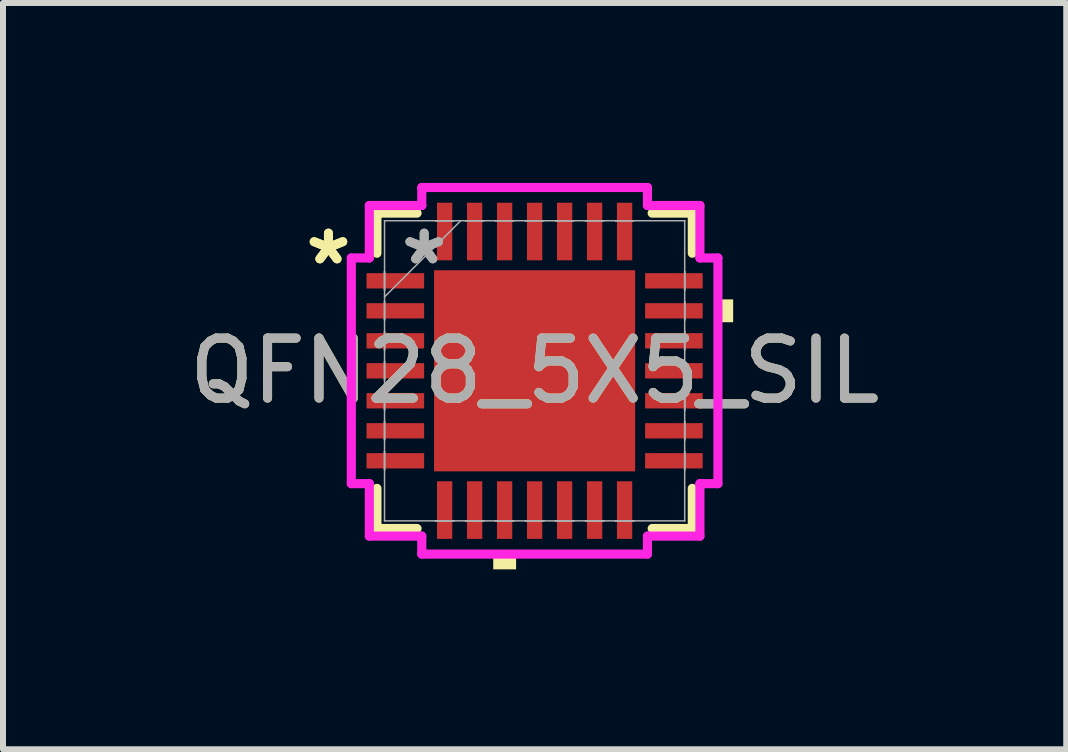
<source format=kicad_pcb>
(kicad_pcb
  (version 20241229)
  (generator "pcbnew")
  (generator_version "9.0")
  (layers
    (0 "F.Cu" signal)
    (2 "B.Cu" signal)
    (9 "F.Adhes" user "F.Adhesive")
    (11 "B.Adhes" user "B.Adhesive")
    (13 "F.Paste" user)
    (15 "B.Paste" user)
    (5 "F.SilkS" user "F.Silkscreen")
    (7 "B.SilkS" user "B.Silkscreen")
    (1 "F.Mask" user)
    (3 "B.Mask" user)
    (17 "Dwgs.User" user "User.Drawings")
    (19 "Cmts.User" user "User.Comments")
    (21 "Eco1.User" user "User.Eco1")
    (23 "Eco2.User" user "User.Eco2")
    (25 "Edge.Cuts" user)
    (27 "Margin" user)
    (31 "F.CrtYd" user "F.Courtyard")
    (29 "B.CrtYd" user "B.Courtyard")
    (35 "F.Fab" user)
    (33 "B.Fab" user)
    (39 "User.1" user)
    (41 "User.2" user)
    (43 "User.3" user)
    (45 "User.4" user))
  (footprint "QFN28_5X5_SIL"
    (layer "F.Cu")
    (at 5.863 3.132)
    (property "Reference" "QFN28_5X5_SIL" (at 0 0 0) (unlocked yes) (layer "F.SilkS") (effects (font (size 1 1) (thickness 0.15))))
    (attr smd)
    (fp_line (start -2.629 -2.629) (end -2.629 -1.96) (stroke (width 0.152) (type solid)) (layer "F.SilkS"))
    (fp_line (start -2.629 1.96) (end -2.629 2.629) (stroke (width 0.152) (type solid)) (layer "F.SilkS"))
    (fp_line (start -2.629 2.629) (end -1.96 2.629) (stroke (width 0.152) (type solid)) (layer "F.SilkS"))
    (fp_line (start -1.96 -2.629) (end -2.629 -2.629) (stroke (width 0.152) (type solid)) (layer "F.SilkS"))
    (fp_line (start 1.96 2.629) (end 2.629 2.629) (stroke (width 0.152) (type solid)) (layer "F.SilkS"))
    (fp_line (start 2.629 -2.629) (end 1.96 -2.629) (stroke (width 0.152) (type solid)) (layer "F.SilkS"))
    (fp_line (start 2.629 -1.96) (end 2.629 -2.629) (stroke (width 0.152) (type solid)) (layer "F.SilkS"))
    (fp_line (start 2.629 2.629) (end 2.629 1.96) (stroke (width 0.152) (type solid)) (layer "F.SilkS"))
    (fp_poly (pts (xy -0.69 3.056) (xy -0.69 3.31) (xy -0.309 3.31) (xy -0.309 3.056)) (stroke (width 0) (type solid)) (fill yes) (layer "F.SilkS"))
    (fp_poly (pts (xy 3.31 -1.191) (xy 3.31 -0.81) (xy 3.056 -0.81) (xy 3.056 -1.191)) (stroke (width 0) (type solid)) (fill yes) (layer "F.SilkS"))
    (fp_poly (pts (xy -1.576 -1.576) (xy -1.576 -0.1) (xy -0.1 -0.1) (xy -0.1 -1.576)) (stroke (width 0) (type solid)) (fill yes) (layer "F.Paste"))
    (fp_poly (pts (xy -1.576 0.1) (xy -1.576 1.576) (xy -0.1 1.576) (xy -0.1 0.1)) (stroke (width 0) (type solid)) (fill yes) (layer "F.Paste"))
    (fp_poly (pts (xy 0.1 -1.576) (xy 0.1 -0.1) (xy 1.576 -0.1) (xy 1.576 -1.576)) (stroke (width 0) (type solid)) (fill yes) (layer "F.Paste"))
    (fp_poly (pts (xy 0.1 0.1) (xy 0.1 1.576) (xy 1.576 1.576) (xy 1.576 0.1)) (stroke (width 0) (type solid)) (fill yes) (layer "F.Paste"))
    (fp_line (start -3.056 -1.881) (end -2.756 -1.881) (stroke (width 0.152) (type solid)) (layer "F.CrtYd"))
    (fp_line (start -3.056 1.881) (end -3.056 -1.881) (stroke (width 0.152) (type solid)) (layer "F.CrtYd"))
    (fp_line (start -2.756 -2.756) (end -1.881 -2.756) (stroke (width 0.152) (type solid)) (layer "F.CrtYd"))
    (fp_line (start -2.756 -1.881) (end -2.756 -2.756) (stroke (width 0.152) (type solid)) (layer "F.CrtYd"))
    (fp_line (start -2.756 1.881) (end -3.056 1.881) (stroke (width 0.152) (type solid)) (layer "F.CrtYd"))
    (fp_line (start -2.756 2.756) (end -2.756 1.881) (stroke (width 0.152) (type solid)) (layer "F.CrtYd"))
    (fp_line (start -1.881 -3.056) (end 1.881 -3.056) (stroke (width 0.152) (type solid)) (layer "F.CrtYd"))
    (fp_line (start -1.881 -2.756) (end -1.881 -3.056) (stroke (width 0.152) (type solid)) (layer "F.CrtYd"))
    (fp_line (start -1.881 2.756) (end -2.756 2.756) (stroke (width 0.152) (type solid)) (layer "F.CrtYd"))
    (fp_line (start -1.881 3.056) (end -1.881 2.756) (stroke (width 0.152) (type solid)) (layer "F.CrtYd"))
    (fp_line (start 1.881 -3.056) (end 1.881 -2.756) (stroke (width 0.152) (type solid)) (layer "F.CrtYd"))
    (fp_line (start 1.881 -2.756) (end 2.756 -2.756) (stroke (width 0.152) (type solid)) (layer "F.CrtYd"))
    (fp_line (start 1.881 2.756) (end 1.881 3.056) (stroke (width 0.152) (type solid)) (layer "F.CrtYd"))
    (fp_line (start 1.881 3.056) (end -1.881 3.056) (stroke (width 0.152) (type solid)) (layer "F.CrtYd"))
    (fp_line (start 2.756 -2.756) (end 2.756 -1.881) (stroke (width 0.152) (type solid)) (layer "F.CrtYd"))
    (fp_line (start 2.756 -1.881) (end 3.056 -1.881) (stroke (width 0.152) (type solid)) (layer "F.CrtYd"))
    (fp_line (start 2.756 1.881) (end 2.756 2.756) (stroke (width 0.152) (type solid)) (layer "F.CrtYd"))
    (fp_line (start 2.756 2.756) (end 1.881 2.756) (stroke (width 0.152) (type solid)) (layer "F.CrtYd"))
    (fp_line (start 3.056 -1.881) (end 3.056 1.881) (stroke (width 0.152) (type solid)) (layer "F.CrtYd"))
    (fp_line (start 3.056 1.881) (end 2.756 1.881) (stroke (width 0.152) (type solid)) (layer "F.CrtYd"))
    (fp_line (start -2.502 -2.502) (end -2.502 -2.502) (stroke (width 0.025) (type solid)) (layer "F.Fab"))
    (fp_line (start -2.502 -2.502) (end -2.502 2.502) (stroke (width 0.025) (type solid)) (layer "F.Fab"))
    (fp_line (start -2.502 -1.652) (end -2.502 -1.652) (stroke (width 0.025) (type solid)) (layer "F.Fab"))
    (fp_line (start -2.502 -1.652) (end -2.502 -1.348) (stroke (width 0.025) (type solid)) (layer "F.Fab"))
    (fp_line (start -2.502 -1.348) (end -2.502 -1.652) (stroke (width 0.025) (type solid)) (layer "F.Fab"))
    (fp_line (start -2.502 -1.348) (end -2.502 -1.348) (stroke (width 0.025) (type solid)) (layer "F.Fab"))
    (fp_line (start -2.502 -1.232) (end -1.232 -2.502) (stroke (width 0.025) (type solid)) (layer "F.Fab"))
    (fp_line (start -2.502 -1.152) (end -2.502 -1.152) (stroke (width 0.025) (type solid)) (layer "F.Fab"))
    (fp_line (start -2.502 -1.152) (end -2.502 -0.848) (stroke (width 0.025) (type solid)) (layer "F.Fab"))
    (fp_line (start -2.502 -0.848) (end -2.502 -1.152) (stroke (width 0.025) (type solid)) (layer "F.Fab"))
    (fp_line (start -2.502 -0.848) (end -2.502 -0.848) (stroke (width 0.025) (type solid)) (layer "F.Fab"))
    (fp_line (start -2.502 -0.652) (end -2.502 -0.652) (stroke (width 0.025) (type solid)) (layer "F.Fab"))
    (fp_line (start -2.502 -0.652) (end -2.502 -0.348) (stroke (width 0.025) (type solid)) (layer "F.Fab"))
    (fp_line (start -2.502 -0.348) (end -2.502 -0.652) (stroke (width 0.025) (type solid)) (layer "F.Fab"))
    (fp_line (start -2.502 -0.348) (end -2.502 -0.348) (stroke (width 0.025) (type solid)) (layer "F.Fab"))
    (fp_line (start -2.502 -0.152) (end -2.502 -0.152) (stroke (width 0.025) (type solid)) (layer "F.Fab"))
    (fp_line (start -2.502 -0.152) (end -2.502 0.152) (stroke (width 0.025) (type solid)) (layer "F.Fab"))
    (fp_line (start -2.502 0.152) (end -2.502 -0.152) (stroke (width 0.025) (type solid)) (layer "F.Fab"))
    (fp_line (start -2.502 0.152) (end -2.502 0.152) (stroke (width 0.025) (type solid)) (layer "F.Fab"))
    (fp_line (start -2.502 0.348) (end -2.502 0.348) (stroke (width 0.025) (type solid)) (layer "F.Fab"))
    (fp_line (start -2.502 0.348) (end -2.502 0.652) (stroke (width 0.025) (type solid)) (layer "F.Fab"))
    (fp_line (start -2.502 0.652) (end -2.502 0.348) (stroke (width 0.025) (type solid)) (layer "F.Fab"))
    (fp_line (start -2.502 0.652) (end -2.502 0.652) (stroke (width 0.025) (type solid)) (layer "F.Fab"))
    (fp_line (start -2.502 0.848) (end -2.502 0.848) (stroke (width 0.025) (type solid)) (layer "F.Fab"))
    (fp_line (start -2.502 0.848) (end -2.502 1.152) (stroke (width 0.025) (type solid)) (layer "F.Fab"))
    (fp_line (start -2.502 1.152) (end -2.502 0.848) (stroke (width 0.025) (type solid)) (layer "F.Fab"))
    (fp_line (start -2.502 1.152) (end -2.502 1.152) (stroke (width 0.025) (type solid)) (layer "F.Fab"))
    (fp_line (start -2.502 1.348) (end -2.502 1.348) (stroke (width 0.025) (type solid)) (layer "F.Fab"))
    (fp_line (start -2.502 1.348) (end -2.502 1.652) (stroke (width 0.025) (type solid)) (layer "F.Fab"))
    (fp_line (start -2.502 1.652) (end -2.502 1.348) (stroke (width 0.025) (type solid)) (layer "F.Fab"))
    (fp_line (start -2.502 1.652) (end -2.502 1.652) (stroke (width 0.025) (type solid)) (layer "F.Fab"))
    (fp_line (start -2.502 2.502) (end -2.502 2.502) (stroke (width 0.025) (type solid)) (layer "F.Fab"))
    (fp_line (start -2.502 2.502) (end 2.502 2.502) (stroke (width 0.025) (type solid)) (layer "F.Fab"))
    (fp_line (start -1.652 -2.502) (end -1.652 -2.502) (stroke (width 0.025) (type solid)) (layer "F.Fab"))
    (fp_line (start -1.652 -2.502) (end -1.348 -2.502) (stroke (width 0.025) (type solid)) (layer "F.Fab"))
    (fp_line (start -1.652 2.502) (end -1.652 2.502) (stroke (width 0.025) (type solid)) (layer "F.Fab"))
    (fp_line (start -1.652 2.502) (end -1.348 2.502) (stroke (width 0.025) (type solid)) (layer "F.Fab"))
    (fp_line (start -1.348 -2.502) (end -1.652 -2.502) (stroke (width 0.025) (type solid)) (layer "F.Fab"))
    (fp_line (start -1.348 -2.502) (end -1.348 -2.502) (stroke (width 0.025) (type solid)) (layer "F.Fab"))
    (fp_line (start -1.348 2.502) (end -1.652 2.502) (stroke (width 0.025) (type solid)) (layer "F.Fab"))
    (fp_line (start -1.348 2.502) (end -1.348 2.502) (stroke (width 0.025) (type solid)) (layer "F.Fab"))
    (fp_line (start -1.152 -2.502) (end -1.152 -2.502) (stroke (width 0.025) (type solid)) (layer "F.Fab"))
    (fp_line (start -1.152 -2.502) (end -0.848 -2.502) (stroke (width 0.025) (type solid)) (layer "F.Fab"))
    (fp_line (start -1.152 2.502) (end -1.152 2.502) (stroke (width 0.025) (type solid)) (layer "F.Fab"))
    (fp_line (start -1.152 2.502) (end -0.848 2.502) (stroke (width 0.025) (type solid)) (layer "F.Fab"))
    (fp_line (start -0.848 -2.502) (end -1.152 -2.502) (stroke (width 0.025) (type solid)) (layer "F.Fab"))
    (fp_line (start -0.848 -2.502) (end -0.848 -2.502) (stroke (width 0.025) (type solid)) (layer "F.Fab"))
    (fp_line (start -0.848 2.502) (end -1.152 2.502) (stroke (width 0.025) (type solid)) (layer "F.Fab"))
    (fp_line (start -0.848 2.502) (end -0.848 2.502) (stroke (width 0.025) (type solid)) (layer "F.Fab"))
    (fp_line (start -0.652 -2.502) (end -0.652 -2.502) (stroke (width 0.025) (type solid)) (layer "F.Fab"))
    (fp_line (start -0.652 -2.502) (end -0.348 -2.502) (stroke (width 0.025) (type solid)) (layer "F.Fab"))
    (fp_line (start -0.652 2.502) (end -0.652 2.502) (stroke (width 0.025) (type solid)) (layer "F.Fab"))
    (fp_line (start -0.652 2.502) (end -0.348 2.502) (stroke (width 0.025) (type solid)) (layer "F.Fab"))
    (fp_line (start -0.348 -2.502) (end -0.652 -2.502) (stroke (width 0.025) (type solid)) (layer "F.Fab"))
    (fp_line (start -0.348 -2.502) (end -0.348 -2.502) (stroke (width 0.025) (type solid)) (layer "F.Fab"))
    (fp_line (start -0.348 2.502) (end -0.652 2.502) (stroke (width 0.025) (type solid)) (layer "F.Fab"))
    (fp_line (start -0.348 2.502) (end -0.348 2.502) (stroke (width 0.025) (type solid)) (layer "F.Fab"))
    (fp_line (start -0.152 -2.502) (end -0.152 -2.502) (stroke (width 0.025) (type solid)) (layer "F.Fab"))
    (fp_line (start -0.152 -2.502) (end 0.152 -2.502) (stroke (width 0.025) (type solid)) (layer "F.Fab"))
    (fp_line (start -0.152 2.502) (end -0.152 2.502) (stroke (width 0.025) (type solid)) (layer "F.Fab"))
    (fp_line (start -0.152 2.502) (end 0.152 2.502) (stroke (width 0.025) (type solid)) (layer "F.Fab"))
    (fp_line (start 0.152 -2.502) (end -0.152 -2.502) (stroke (width 0.025) (type solid)) (layer "F.Fab"))
    (fp_line (start 0.152 -2.502) (end 0.152 -2.502) (stroke (width 0.025) (type solid)) (layer "F.Fab"))
    (fp_line (start 0.152 2.502) (end -0.152 2.502) (stroke (width 0.025) (type solid)) (layer "F.Fab"))
    (fp_line (start 0.152 2.502) (end 0.152 2.502) (stroke (width 0.025) (type solid)) (layer "F.Fab"))
    (fp_line (start 0.348 -2.502) (end 0.348 -2.502) (stroke (width 0.025) (type solid)) (layer "F.Fab"))
    (fp_line (start 0.348 -2.502) (end 0.652 -2.502) (stroke (width 0.025) (type solid)) (layer "F.Fab"))
    (fp_line (start 0.348 2.502) (end 0.348 2.502) (stroke (width 0.025) (type solid)) (layer "F.Fab"))
    (fp_line (start 0.348 2.502) (end 0.652 2.502) (stroke (width 0.025) (type solid)) (layer "F.Fab"))
    (fp_line (start 0.652 -2.502) (end 0.348 -2.502) (stroke (width 0.025) (type solid)) (layer "F.Fab"))
    (fp_line (start 0.652 -2.502) (end 0.652 -2.502) (stroke (width 0.025) (type solid)) (layer "F.Fab"))
    (fp_line (start 0.652 2.502) (end 0.348 2.502) (stroke (width 0.025) (type solid)) (layer "F.Fab"))
    (fp_line (start 0.652 2.502) (end 0.652 2.502) (stroke (width 0.025) (type solid)) (layer "F.Fab"))
    (fp_line (start 0.848 -2.502) (end 0.848 -2.502) (stroke (width 0.025) (type solid)) (layer "F.Fab"))
    (fp_line (start 0.848 -2.502) (end 1.152 -2.502) (stroke (width 0.025) (type solid)) (layer "F.Fab"))
    (fp_line (start 0.848 2.502) (end 0.848 2.502) (stroke (width 0.025) (type solid)) (layer "F.Fab"))
    (fp_line (start 0.848 2.502) (end 1.152 2.502) (stroke (width 0.025) (type solid)) (layer "F.Fab"))
    (fp_line (start 1.152 -2.502) (end 0.848 -2.502) (stroke (width 0.025) (type solid)) (layer "F.Fab"))
    (fp_line (start 1.152 -2.502) (end 1.152 -2.502) (stroke (width 0.025) (type solid)) (layer "F.Fab"))
    (fp_line (start 1.152 2.502) (end 0.848 2.502) (stroke (width 0.025) (type solid)) (layer "F.Fab"))
    (fp_line (start 1.152 2.502) (end 1.152 2.502) (stroke (width 0.025) (type solid)) (layer "F.Fab"))
    (fp_line (start 1.348 -2.502) (end 1.348 -2.502) (stroke (width 0.025) (type solid)) (layer "F.Fab"))
    (fp_line (start 1.348 -2.502) (end 1.652 -2.502) (stroke (width 0.025) (type solid)) (layer "F.Fab"))
    (fp_line (start 1.348 2.502) (end 1.348 2.502) (stroke (width 0.025) (type solid)) (layer "F.Fab"))
    (fp_line (start 1.348 2.502) (end 1.652 2.502) (stroke (width 0.025) (type solid)) (layer "F.Fab"))
    (fp_line (start 1.652 -2.502) (end 1.348 -2.502) (stroke (width 0.025) (type solid)) (layer "F.Fab"))
    (fp_line (start 1.652 -2.502) (end 1.652 -2.502) (stroke (width 0.025) (type solid)) (layer "F.Fab"))
    (fp_line (start 1.652 2.502) (end 1.348 2.502) (stroke (width 0.025) (type solid)) (layer "F.Fab"))
    (fp_line (start 1.652 2.502) (end 1.652 2.502) (stroke (width 0.025) (type solid)) (layer "F.Fab"))
    (fp_line (start 2.502 -2.502) (end -2.502 -2.502) (stroke (width 0.025) (type solid)) (layer "F.Fab"))
    (fp_line (start 2.502 -2.502) (end 2.502 -2.502) (stroke (width 0.025) (type solid)) (layer "F.Fab"))
    (fp_line (start 2.502 -1.652) (end 2.502 -1.652) (stroke (width 0.025) (type solid)) (layer "F.Fab"))
    (fp_line (start 2.502 -1.652) (end 2.502 -1.348) (stroke (width 0.025) (type solid)) (layer "F.Fab"))
    (fp_line (start 2.502 -1.348) (end 2.502 -1.652) (stroke (width 0.025) (type solid)) (layer "F.Fab"))
    (fp_line (start 2.502 -1.348) (end 2.502 -1.348) (stroke (width 0.025) (type solid)) (layer "F.Fab"))
    (fp_line (start 2.502 -1.152) (end 2.502 -1.152) (stroke (width 0.025) (type solid)) (layer "F.Fab"))
    (fp_line (start 2.502 -1.152) (end 2.502 -0.848) (stroke (width 0.025) (type solid)) (layer "F.Fab"))
    (fp_line (start 2.502 -0.848) (end 2.502 -1.152) (stroke (width 0.025) (type solid)) (layer "F.Fab"))
    (fp_line (start 2.502 -0.848) (end 2.502 -0.848) (stroke (width 0.025) (type solid)) (layer "F.Fab"))
    (fp_line (start 2.502 -0.652) (end 2.502 -0.652) (stroke (width 0.025) (type solid)) (layer "F.Fab"))
    (fp_line (start 2.502 -0.652) (end 2.502 -0.348) (stroke (width 0.025) (type solid)) (layer "F.Fab"))
    (fp_line (start 2.502 -0.348) (end 2.502 -0.652) (stroke (width 0.025) (type solid)) (layer "F.Fab"))
    (fp_line (start 2.502 -0.348) (end 2.502 -0.348) (stroke (width 0.025) (type solid)) (layer "F.Fab"))
    (fp_line (start 2.502 -0.152) (end 2.502 -0.152) (stroke (width 0.025) (type solid)) (layer "F.Fab"))
    (fp_line (start 2.502 -0.152) (end 2.502 0.152) (stroke (width 0.025) (type solid)) (layer "F.Fab"))
    (fp_line (start 2.502 0.152) (end 2.502 -0.152) (stroke (width 0.025) (type solid)) (layer "F.Fab"))
    (fp_line (start 2.502 0.152) (end 2.502 0.152) (stroke (width 0.025) (type solid)) (layer "F.Fab"))
    (fp_line (start 2.502 0.348) (end 2.502 0.348) (stroke (width 0.025) (type solid)) (layer "F.Fab"))
    (fp_line (start 2.502 0.348) (end 2.502 0.652) (stroke (width 0.025) (type solid)) (layer "F.Fab"))
    (fp_line (start 2.502 0.652) (end 2.502 0.348) (stroke (width 0.025) (type solid)) (layer "F.Fab"))
    (fp_line (start 2.502 0.652) (end 2.502 0.652) (stroke (width 0.025) (type solid)) (layer "F.Fab"))
    (fp_line (start 2.502 0.848) (end 2.502 0.848) (stroke (width 0.025) (type solid)) (layer "F.Fab"))
    (fp_line (start 2.502 0.848) (end 2.502 1.152) (stroke (width 0.025) (type solid)) (layer "F.Fab"))
    (fp_line (start 2.502 1.152) (end 2.502 0.848) (stroke (width 0.025) (type solid)) (layer "F.Fab"))
    (fp_line (start 2.502 1.152) (end 2.502 1.152) (stroke (width 0.025) (type solid)) (layer "F.Fab"))
    (fp_line (start 2.502 1.348) (end 2.502 1.348) (stroke (width 0.025) (type solid)) (layer "F.Fab"))
    (fp_line (start 2.502 1.348) (end 2.502 1.652) (stroke (width 0.025) (type solid)) (layer "F.Fab"))
    (fp_line (start 2.502 1.652) (end 2.502 1.348) (stroke (width 0.025) (type solid)) (layer "F.Fab"))
    (fp_line (start 2.502 1.652) (end 2.502 1.652) (stroke (width 0.025) (type solid)) (layer "F.Fab"))
    (fp_line (start 2.502 2.502) (end 2.502 -2.502) (stroke (width 0.025) (type solid)) (layer "F.Fab"))
    (fp_line (start 2.502 2.502) (end 2.502 2.502) (stroke (width 0.025) (type solid)) (layer "F.Fab"))
    (fp_text user "*" (at -3.437 -1.75 0) (layer "F.SilkS") (effects (font (size 1 1) (thickness 0.15))))
    (fp_text user "*" (at -3.437 -1.75 0) (unlocked yes) (layer "F.SilkS") (effects (font (size 1 1) (thickness 0.15))))
    (fp_text user "*" (at -1.841 -1.75 0) (unlocked yes) (layer "F.Fab") (effects (font (size 1 1) (thickness 0.15))))
    (fp_text user "*" (at -1.841 -1.75 0) (layer "F.Fab") (effects (font (size 1 1) (thickness 0.15))))
    (fp_text user "${REFERENCE}" (at 0 0 0) (unlocked yes) (layer "F.Fab") (effects (font (size 1 1) (thickness 0.15))))
    (pad "1" smd rect (at -2.322 -1.5 90) (size 0.255 0.96) (layers "F.Cu" "F.Mask" "F.Paste"))
    (pad "2" smd rect (at -2.322 -1 90) (size 0.255 0.96) (layers "F.Cu" "F.Mask" "F.Paste"))
    (pad "3" smd rect (at -2.322 -0.5 90) (size 0.255 0.96) (layers "F.Cu" "F.Mask" "F.Paste"))
    (pad "4" smd rect (at -2.322 0 90) (size 0.255 0.96) (layers "F.Cu" "F.Mask" "F.Paste"))
    (pad "5" smd rect (at -2.322 0.5 90) (size 0.255 0.96) (layers "F.Cu" "F.Mask" "F.Paste"))
    (pad "6" smd rect (at -2.322 1 90) (size 0.255 0.96) (layers "F.Cu" "F.Mask" "F.Paste"))
    (pad "7" smd rect (at -2.322 1.5 90) (size 0.255 0.96) (layers "F.Cu" "F.Mask" "F.Paste"))
    (pad "8" smd rect (at -1.5 2.322) (size 0.255 0.96) (layers "F.Cu" "F.Mask" "F.Paste"))
    (pad "9" smd rect (at -1 2.322) (size 0.255 0.96) (layers "F.Cu" "F.Mask" "F.Paste"))
    (pad "10" smd rect (at -0.5 2.322) (size 0.255 0.96) (layers "F.Cu" "F.Mask" "F.Paste"))
    (pad "11" smd rect (at 0 2.322) (size 0.255 0.96) (layers "F.Cu" "F.Mask" "F.Paste"))
    (pad "12" smd rect (at 0.5 2.322) (size 0.255 0.96) (layers "F.Cu" "F.Mask" "F.Paste"))
    (pad "13" smd rect (at 1 2.322) (size 0.255 0.96) (layers "F.Cu" "F.Mask" "F.Paste"))
    (pad "14" smd rect (at 1.5 2.322) (size 0.255 0.96) (layers "F.Cu" "F.Mask" "F.Paste"))
    (pad "15" smd rect (at 2.322 1.5 90) (size 0.255 0.96) (layers "F.Cu" "F.Mask" "F.Paste"))
    (pad "16" smd rect (at 2.322 1 90) (size 0.255 0.96) (layers "F.Cu" "F.Mask" "F.Paste"))
    (pad "17" smd rect (at 2.322 0.5 90) (size 0.255 0.96) (layers "F.Cu" "F.Mask" "F.Paste"))
    (pad "18" smd rect (at 2.322 0 90) (size 0.255 0.96) (layers "F.Cu" "F.Mask" "F.Paste"))
    (pad "19" smd rect (at 2.322 -0.5 90) (size 0.255 0.96) (layers "F.Cu" "F.Mask" "F.Paste"))
    (pad "20" smd rect (at 2.322 -1 90) (size 0.255 0.96) (layers "F.Cu" "F.Mask" "F.Paste"))
    (pad "21" smd rect (at 2.322 -1.5 90) (size 0.255 0.96) (layers "F.Cu" "F.Mask" "F.Paste"))
    (pad "22" smd rect (at 1.5 -2.322) (size 0.255 0.96) (layers "F.Cu" "F.Mask" "F.Paste"))
    (pad "23" smd rect (at 1 -2.322) (size 0.255 0.96) (layers "F.Cu" "F.Mask" "F.Paste"))
    (pad "24" smd rect (at 0.5 -2.322) (size 0.255 0.96) (layers "F.Cu" "F.Mask" "F.Paste"))
    (pad "25" smd rect (at 0 -2.322) (size 0.255 0.96) (layers "F.Cu" "F.Mask" "F.Paste"))
    (pad "26" smd rect (at -0.5 -2.322) (size 0.255 0.96) (layers "F.Cu" "F.Mask" "F.Paste"))
    (pad "27" smd rect (at -1 -2.322) (size 0.255 0.96) (layers "F.Cu" "F.Mask" "F.Paste"))
    (pad "28" smd rect (at -1.5 -2.322) (size 0.255 0.96) (layers "F.Cu" "F.Mask" "F.Paste"))
    (pad "29" smd rect (at 0 0) (size 3.353 3.353) (layers "F.Cu" "F.Mask" "F.Paste")))
  (gr_rect
    (start -3 -3)
    (end 14.726 9.442)
    (stroke (width 0.1) (type default))
    (fill no)
    (layer "Edge.Cuts")))
</source>
